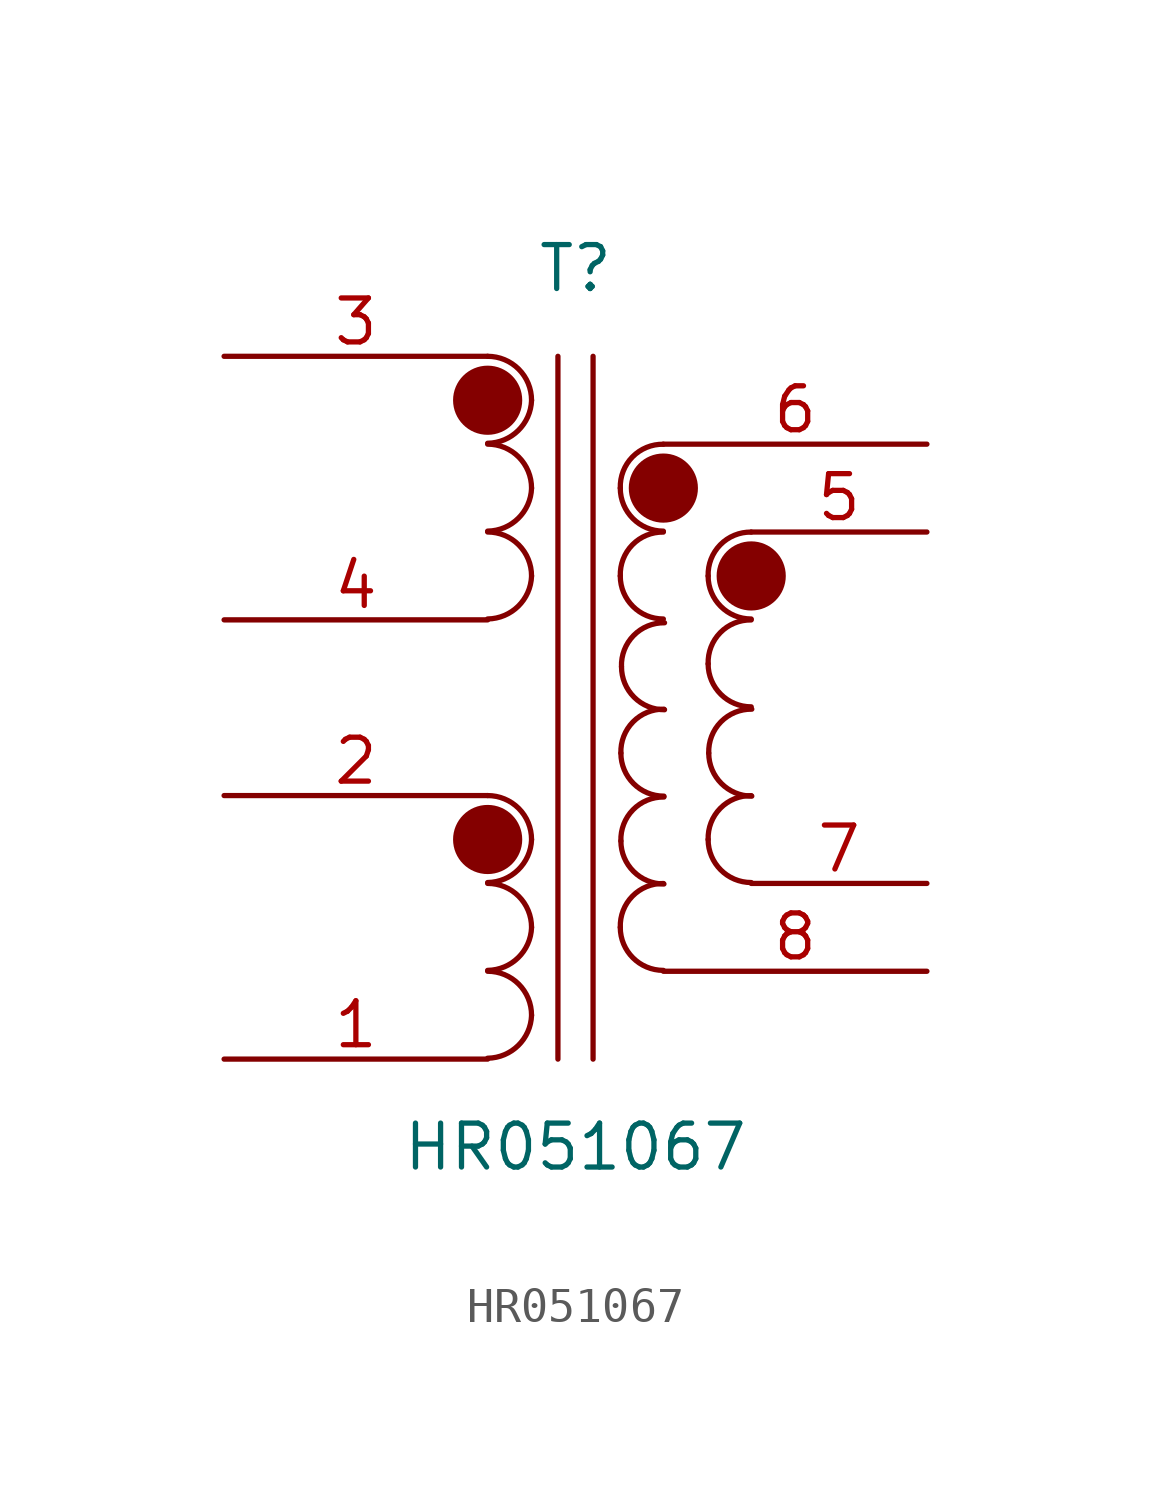
<source format=kicad_sym>
(kicad_symbol_lib
  (version 20211014)
  (generator kicad_symbol_editor)
  (symbol "HR051067"
    (pin_names
      (offset 1.016) hide)
    (property "Reference" "T"
      (at 0 12.7 0)
      (effects (font (size 1.27 1.27))))
    (property "Value" "HR051067"
      (at 0 -12.7 0)
      (effects (font (size 1.27 1.27))))
    (symbol "HR051067_0_1"
      (arc (start -2.54 -10.1346) (mid -1.6561 -9.7663) (end -1.27 -8.89) (stroke (width 0) (type default) (color 0 0 0 0)) (fill (type none)))
      (arc (start -2.54 -7.5946) (mid -1.6561 -7.2263) (end -1.27 -6.35) (stroke (width 0) (type default) (color 0 0 0 0)) (fill (type none)))
      (arc (start -2.54 -5.0546) (mid -1.6561 -4.6863) (end -1.27 -3.81) (stroke (width 0) (type default) (color 0 0 0 0)) (fill (type none)))
      (circle (center -2.54 -3.81) (radius 0.0001) (stroke (width 1) (type default) (color 0 0 0 0)) (fill (type none)))
      (arc (start -2.54 2.5654) (mid -1.6561 2.9337) (end -1.27 3.81) (stroke (width 0) (type default) (color 0 0 0 0)) (fill (type none)))
      (arc (start -2.54 5.1054) (mid -1.6561 5.4737) (end -1.27 6.35) (stroke (width 0) (type default) (color 0 0 0 0)) (fill (type none)))
      (arc (start -2.54 7.6454) (mid -1.6561 8.0137) (end -1.27 8.89) (stroke (width 0) (type default) (color 0 0 0 0)) (fill (type none)))
      (circle (center -2.54 8.89) (radius 0.0001) (stroke (width 1) (type default) (color 0 0 0 0)) (fill (type none)))
      (arc (start -1.27 -8.89) (mid -1.642 -7.992) (end -2.54 -7.62) (stroke (width 0) (type default) (color 0 0 0 0)) (fill (type none)))
      (arc (start -1.27 -6.35) (mid -1.642 -5.452) (end -2.54 -5.08) (stroke (width 0) (type default) (color 0 0 0 0)) (fill (type none)))
      (arc (start -1.27 -3.81) (mid -1.642 -2.912) (end -2.54 -2.54) (stroke (width 0) (type default) (color 0 0 0 0)) (fill (type none)))
      (arc (start -1.27 3.81) (mid -1.642 4.708) (end -2.54 5.08) (stroke (width 0) (type default) (color 0 0 0 0)) (fill (type none)))
      (arc (start -1.27 6.35) (mid -1.642 7.248) (end -2.54 7.62) (stroke (width 0) (type default) (color 0 0 0 0)) (fill (type none)))
      (arc (start -1.27 8.89) (mid -1.642 9.788) (end -2.54 10.16) (stroke (width 0) (type default) (color 0 0 0 0)) (fill (type none)))
      (polyline (pts (xy -0.508 -10.16) (xy -0.508 10.16)) (stroke (width 0) (type default) (color 0 0 0 0)) (fill (type none)))
      (polyline (pts (xy 0.508 10.16) (xy 0.508 -10.16)) (stroke (width 0) (type default) (color 0 0 0 0)) (fill (type none)))
      (arc (start 1.2954 -6.35) (mid 1.6599 -7.2301) (end 2.54 -7.5946) (stroke (width 0) (type default) (color 0 0 0 0)) (fill (type none)))
      (arc (start 1.2954 3.81) (mid 1.6599 2.9299) (end 2.54 2.5654) (stroke (width 0) (type default) (color 0 0 0 0)) (fill (type none)))
      (arc (start 1.2954 6.35) (mid 1.6599 5.4699) (end 2.54 5.1054) (stroke (width 0) (type default) (color 0 0 0 0)) (fill (type none)))
      (arc (start 1.3124 -3.852) (mid 1.6769 -4.7321) (end 2.557 -5.0966) (stroke (width 0) (type default) (color 0 0 0 0)) (fill (type none)))
      (arc (start 1.3124 -1.312) (mid 1.6769 -2.1921) (end 2.557 -2.5566) (stroke (width 0) (type default) (color 0 0 0 0)) (fill (type none)))
      (arc (start 1.3294 1.186) (mid 1.6939 0.3059) (end 2.574 -0.0586) (stroke (width 0) (type default) (color 0 0 0 0)) (fill (type none)))
      (arc (start 2.54 -5.08) (mid 1.6458 -5.4485) (end 1.2954 -6.35) (stroke (width 0) (type default) (color 0 0 0 0)) (fill (type none)))
      (arc (start 2.54 5.08) (mid 1.6458 4.7115) (end 1.2954 3.81) (stroke (width 0) (type default) (color 0 0 0 0)) (fill (type none)))
      (circle (center 2.54 6.35) (radius 0.0001) (stroke (width 1) (type default) (color 0 0 0 0)) (fill (type none)))
      (arc (start 2.54 7.62) (mid 1.6458 7.2515) (end 1.2954 6.35) (stroke (width 0) (type default) (color 0 0 0 0)) (fill (type none)))
      (arc (start 2.557 -2.582) (mid 1.6628 -2.9505) (end 1.3124 -3.852) (stroke (width 0) (type default) (color 0 0 0 0)) (fill (type none)))
      (arc (start 2.557 -0.042) (mid 1.6628 -0.4105) (end 1.3124 -1.312) (stroke (width 0) (type default) (color 0 0 0 0)) (fill (type none)))
      (arc (start 2.574 2.456) (mid 1.6798 2.0875) (end 1.3294 1.186) (stroke (width 0) (type default) (color 0 0 0 0)) (fill (type none)))
      (arc (start 3.8354 -3.81) (mid 4.1999 -4.6901) (end 5.08 -5.0546) (stroke (width 0) (type default) (color 0 0 0 0)) (fill (type none)))
      (arc (start 3.8354 1.27) (mid 4.1999 0.3899) (end 5.08 0.0254) (stroke (width 0) (type default) (color 0 0 0 0)) (fill (type none)))
      (arc (start 3.8354 3.81) (mid 4.1999 2.9299) (end 5.08 2.5654) (stroke (width 0) (type default) (color 0 0 0 0)) (fill (type none)))
      (arc (start 3.8524 -1.312) (mid 4.2169 -2.1921) (end 5.097 -2.5566) (stroke (width 0) (type default) (color 0 0 0 0)) (fill (type none)))
      (arc (start 5.08 -2.54) (mid 4.1858 -2.9085) (end 3.8354 -3.81) (stroke (width 0) (type default) (color 0 0 0 0)) (fill (type none)))
      (arc (start 5.08 2.54) (mid 4.1858 2.1715) (end 3.8354 1.27) (stroke (width 0) (type default) (color 0 0 0 0)) (fill (type none)))
      (circle (center 5.08 3.81) (radius 0.0001) (stroke (width 1) (type default) (color 0 0 0 0)) (fill (type none)))
      (arc (start 5.08 5.08) (mid 4.1858 4.7115) (end 3.8354 3.81) (stroke (width 0) (type default) (color 0 0 0 0)) (fill (type none)))
      (arc (start 5.097 -0.042) (mid 4.2028 -0.4105) (end 3.8524 -1.312) (stroke (width 0) (type default) (color 0 0 0 0)) (fill (type none))))
    (symbol "HR051067_1_1"
      (pin passive line (at -10.16 -10.16 0) (length 7.62) (name "1" (effects (font (size 1.27 1.27)))) (number "1" (effects (font (size 1.27 1.27)))))
      (pin passive line (at -10.16 -2.54 0) (length 7.62) (name "2" (effects (font (size 1.27 1.27)))) (number "2" (effects (font (size 1.27 1.27)))))
      (pin passive line (at -10.16 10.16 0) (length 7.62) (name "3" (effects (font (size 1.27 1.27)))) (number "3" (effects (font (size 1.27 1.27)))))
      (pin passive line (at -10.16 2.54 0) (length 7.62) (name "4" (effects (font (size 1.27 1.27)))) (number "4" (effects (font (size 1.27 1.27)))))
      (pin passive line (at 10.16 5.08 180) (length 5.08) (name "5" (effects (font (size 1.27 1.27)))) (number "5" (effects (font (size 1.27 1.27)))))
      (pin passive line (at 10.16 7.62 180) (length 7.62) (name "6" (effects (font (size 1.27 1.27)))) (number "6" (effects (font (size 1.27 1.27)))))
      (pin passive line (at 10.16 -5.08 180) (length 5.08) (name "7" (effects (font (size 1.27 1.27)))) (number "7" (effects (font (size 1.27 1.27)))))
      (pin passive line (at 10.16 -7.62 180) (length 7.62) (name "8" (effects (font (size 1.27 1.27)))) (number "8" (effects (font (size 1.27 1.27))))))))
</source>
